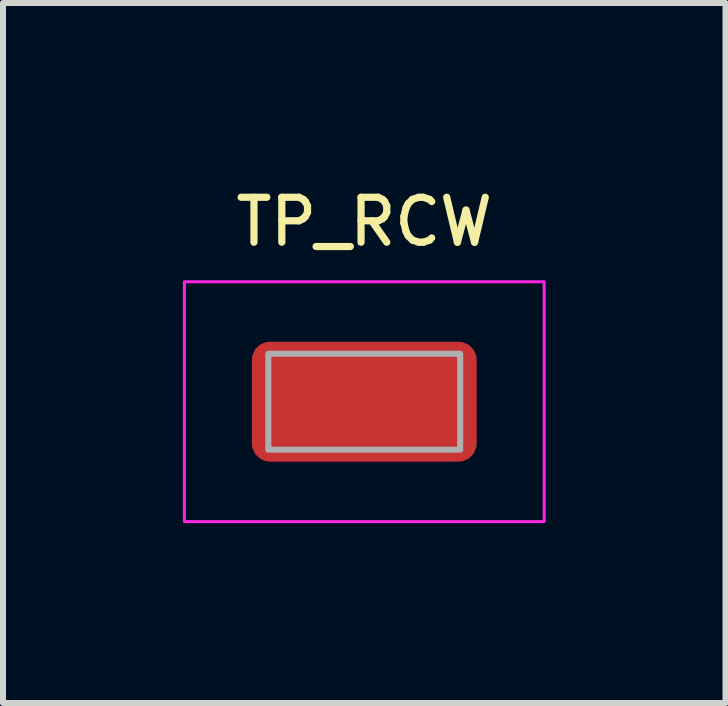
<source format=kicad_pcb>
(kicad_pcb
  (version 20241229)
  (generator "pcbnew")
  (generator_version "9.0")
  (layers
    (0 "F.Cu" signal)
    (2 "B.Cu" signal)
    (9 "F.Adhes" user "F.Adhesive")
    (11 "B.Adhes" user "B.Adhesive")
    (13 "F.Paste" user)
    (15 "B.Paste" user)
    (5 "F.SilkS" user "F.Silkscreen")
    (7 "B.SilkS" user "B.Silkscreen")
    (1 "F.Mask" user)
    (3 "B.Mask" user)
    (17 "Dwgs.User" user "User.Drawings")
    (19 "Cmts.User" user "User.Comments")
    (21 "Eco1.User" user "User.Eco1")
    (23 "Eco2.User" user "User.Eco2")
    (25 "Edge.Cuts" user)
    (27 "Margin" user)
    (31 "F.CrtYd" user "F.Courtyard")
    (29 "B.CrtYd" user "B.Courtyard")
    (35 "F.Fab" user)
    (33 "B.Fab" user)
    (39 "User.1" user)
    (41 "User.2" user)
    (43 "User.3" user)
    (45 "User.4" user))
  (footprint "TP_RCW"
    (layer "F.Cu")
    (at 3.025 3.649)
    (property "Reference" "TP_RCW" (at 0 -3 0) (unlocked yes) (layer "F.SilkS") (effects (font (size 0.75 0.75) (thickness 0.12))))
    (attr smd)
    (fp_rect (start -3 -2) (end 3 2) (stroke (width 0.05) (type default)) (fill no) (layer "F.CrtYd"))
    (fp_rect (start -1.6 -0.8) (end 1.6 0.8) (stroke (width 0.1) (type solid)) (fill no) (layer "F.Fab"))
    (pad "1" smd roundrect (at 0 0) (size 3.75 2) (layers "F.Cu" "F.Mask" "F.Paste") (roundrect_rratio 0.15)))
  (gr_rect
    (start -3 -3)
    (end 9.05 8.674)
    (stroke (width 0.1) (type default))
    (fill no)
    (layer "Edge.Cuts")))
</source>
